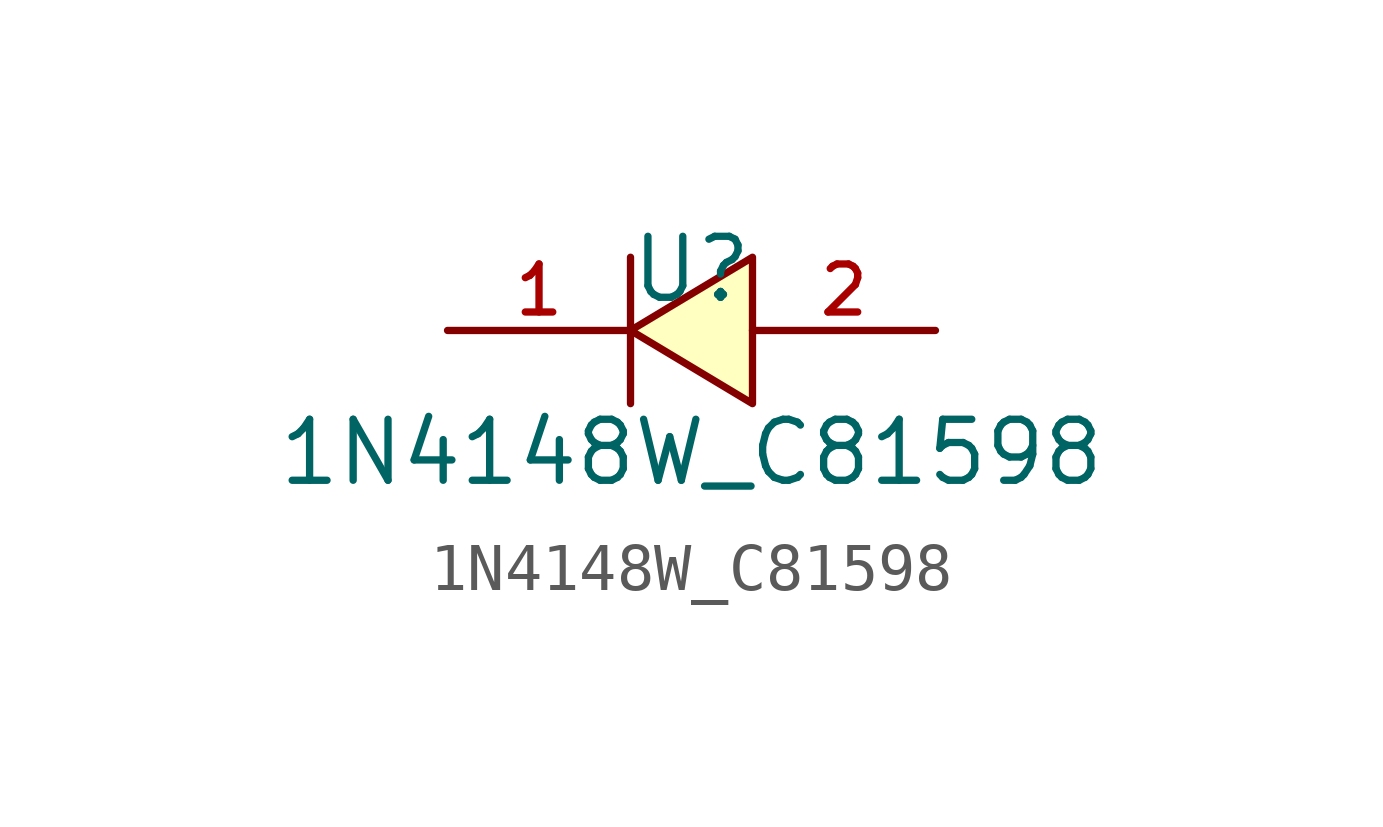
<source format=kicad_sym>
(kicad_symbol_lib
  (version 20220914)
  (generator kicad_symbol_editor)
  (symbol "1N4148W_C81598"
    (pin_names hide)
    (property "Reference" "U"
      (at 0 1.27 0)
      (effects (font (size 1.27 1.27))))
    (property "Value" "1N4148W_C81598"
      (at 0 -2.54 0)
      (effects (font (size 1.27 1.27))))
    (symbol "1N4148W_C81598_0_1"
      (polyline (pts (xy -1.27 -1.524) (xy -1.27 1.524)) (stroke (width 0) (type default)) (fill (type none)))
      (polyline (pts (xy 1.27 1.524) (xy -1.27 0) (xy 1.27 -1.524) (xy 1.27 1.524)) (stroke (width 0) (type default)) (fill (type background))))
    (symbol "1N4148W_C81598_1_1"
      (pin passive line (at -5.08 0 0) (length 3.81) (name "K" (effects (font (size 1 1)))) (number "1" (effects (font (size 1 1)))))
      (pin passive line (at 5.08 0 180) (length 3.81) (name "A" (effects (font (size 1 1)))) (number "2" (effects (font (size 1 1))))))))
</source>
